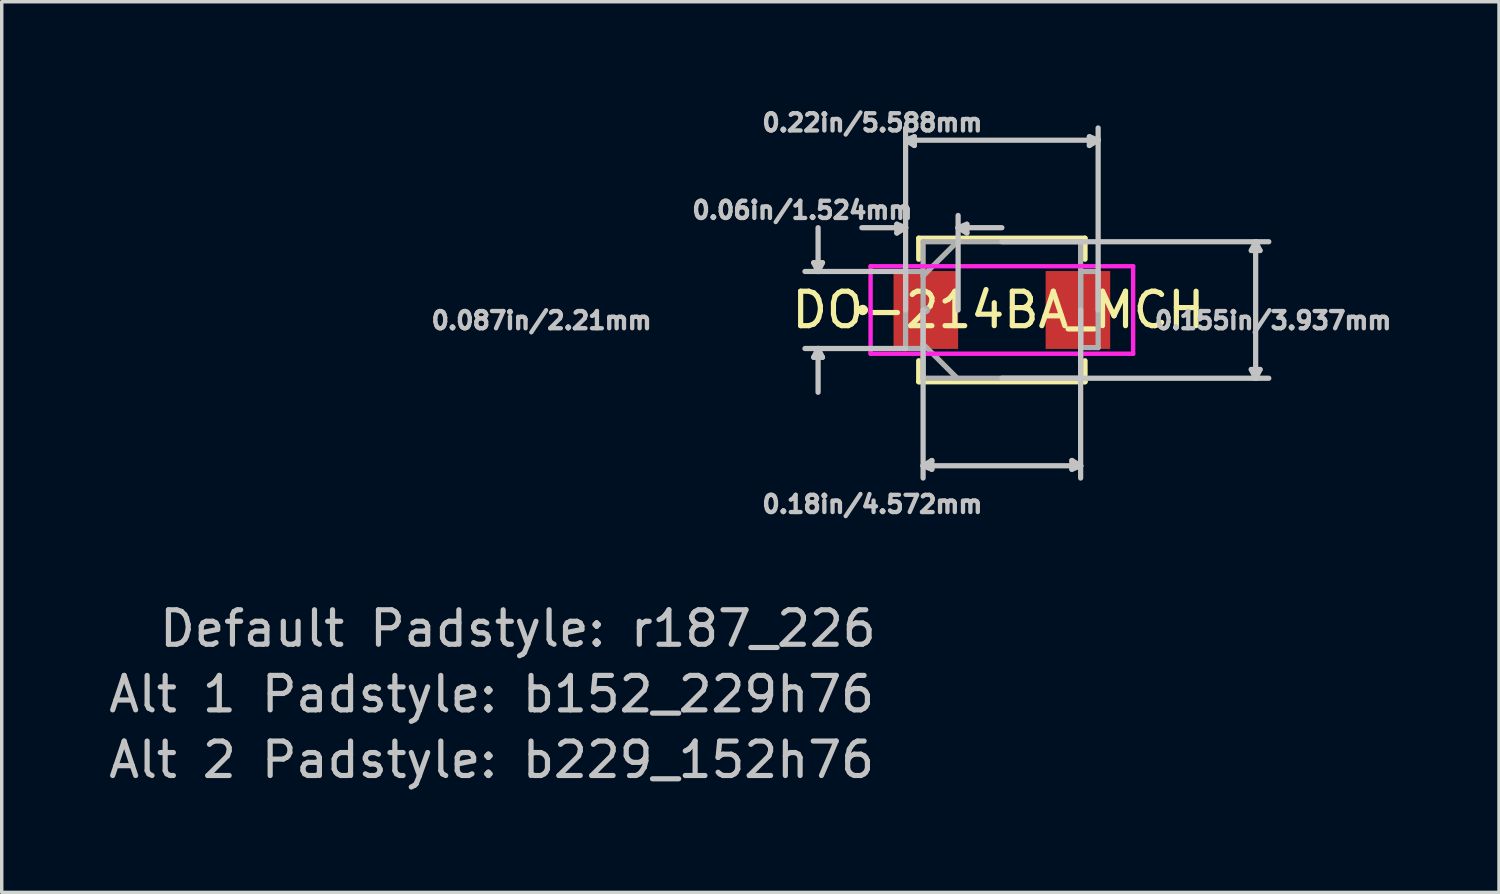
<source format=kicad_pcb>
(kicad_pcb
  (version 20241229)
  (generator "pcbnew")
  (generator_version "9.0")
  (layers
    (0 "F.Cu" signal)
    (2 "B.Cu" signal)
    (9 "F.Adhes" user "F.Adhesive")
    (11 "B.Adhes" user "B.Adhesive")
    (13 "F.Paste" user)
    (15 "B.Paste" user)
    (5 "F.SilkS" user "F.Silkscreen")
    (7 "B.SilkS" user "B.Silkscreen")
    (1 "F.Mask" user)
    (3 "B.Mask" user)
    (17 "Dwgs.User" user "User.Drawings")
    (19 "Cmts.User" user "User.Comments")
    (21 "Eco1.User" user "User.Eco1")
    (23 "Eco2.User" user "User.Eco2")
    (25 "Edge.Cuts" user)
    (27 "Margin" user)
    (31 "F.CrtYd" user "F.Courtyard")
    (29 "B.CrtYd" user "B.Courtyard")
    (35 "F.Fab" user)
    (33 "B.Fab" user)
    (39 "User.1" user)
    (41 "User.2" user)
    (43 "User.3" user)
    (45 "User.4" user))
  (footprint "DO-214BA_MCH"
    (layer "F.Cu")
    (at 26.028 5.947)
    (property "Reference" "DO-214BA_MCH" (at -0.102 0 0) (layer "F.SilkS") (effects (font (size 1 1) (thickness 0.15))))
    (attr smd)
    (fp_line (start -2.413 -2.083) (end -2.413 -1.473) (stroke (width 0.152) (type solid)) (layer "F.SilkS"))
    (fp_line (start -2.413 1.473) (end -2.413 2.083) (stroke (width 0.152) (type solid)) (layer "F.SilkS"))
    (fp_line (start -2.413 2.083) (end 2.413 2.083) (stroke (width 0.152) (type solid)) (layer "F.SilkS"))
    (fp_line (start 2.413 -2.083) (end -2.413 -2.083) (stroke (width 0.152) (type solid)) (layer "F.SilkS"))
    (fp_line (start 2.413 -1.473) (end 2.413 -2.083) (stroke (width 0.152) (type solid)) (layer "F.SilkS"))
    (fp_line (start 2.413 2.083) (end 2.413 1.473) (stroke (width 0.152) (type solid)) (layer "F.SilkS"))
    (fp_arc (start -4.1148 0) (mid -4.0386 -0.0762) (end -3.9624 0) (stroke (width 0.1524) (type solid)) (layer "F.SilkS"))
    (fp_arc (start -3.9624 0) (mid -4.0386 0.0762) (end -4.1148 0) (stroke (width 0.1524) (type solid)) (layer "F.SilkS"))
    (fp_line (start -5.461 -1.372) (end -5.207 -1.372) (stroke (width 0.152) (type solid)) (layer "Dwgs.User"))
    (fp_line (start -5.461 1.372) (end -5.207 1.372) (stroke (width 0.152) (type solid)) (layer "Dwgs.User"))
    (fp_line (start -5.334 -1.118) (end -5.715 -1.118) (stroke (width 0.152) (type solid)) (layer "Dwgs.User"))
    (fp_line (start -5.334 -1.118) (end -5.461 -1.372) (stroke (width 0.152) (type solid)) (layer "Dwgs.User"))
    (fp_line (start -5.334 -1.118) (end -5.334 -2.388) (stroke (width 0.152) (type solid)) (layer "Dwgs.User"))
    (fp_line (start -5.334 -1.118) (end -5.207 -1.372) (stroke (width 0.152) (type solid)) (layer "Dwgs.User"))
    (fp_line (start -5.334 1.118) (end -5.715 1.118) (stroke (width 0.152) (type solid)) (layer "Dwgs.User"))
    (fp_line (start -5.334 1.118) (end -5.461 1.372) (stroke (width 0.152) (type solid)) (layer "Dwgs.User"))
    (fp_line (start -5.334 1.118) (end -5.334 2.388) (stroke (width 0.152) (type solid)) (layer "Dwgs.User"))
    (fp_line (start -5.334 1.118) (end -5.207 1.372) (stroke (width 0.152) (type solid)) (layer "Dwgs.User"))
    (fp_line (start -3.048 -2.489) (end -3.048 -2.235) (stroke (width 0.152) (type solid)) (layer "Dwgs.User"))
    (fp_line (start -2.794 -4.928) (end -2.794 -5.283) (stroke (width 0.152) (type solid)) (layer "Dwgs.User"))
    (fp_line (start -2.794 -4.928) (end -2.54 -5.029) (stroke (width 0.152) (type solid)) (layer "Dwgs.User"))
    (fp_line (start -2.794 -4.928) (end -2.54 -4.775) (stroke (width 0.152) (type solid)) (layer "Dwgs.User"))
    (fp_line (start -2.794 -4.928) (end 2.794 -4.928) (stroke (width 0.152) (type solid)) (layer "Dwgs.User"))
    (fp_line (start -2.794 -2.388) (end -4.064 -2.388) (stroke (width 0.152) (type solid)) (layer "Dwgs.User"))
    (fp_line (start -2.794 -2.388) (end -3.048 -2.489) (stroke (width 0.152) (type solid)) (layer "Dwgs.User"))
    (fp_line (start -2.794 -2.388) (end -3.048 -2.235) (stroke (width 0.152) (type solid)) (layer "Dwgs.User"))
    (fp_line (start -2.794 -2.388) (end -2.794 -4.928) (stroke (width 0.152) (type solid)) (layer "Dwgs.User"))
    (fp_line (start -2.794 -1.118) (end -5.334 -1.118) (stroke (width 0.152) (type solid)) (layer "Dwgs.User"))
    (fp_line (start -2.794 -1.118) (end -2.794 -2.388) (stroke (width 0.152) (type solid)) (layer "Dwgs.User"))
    (fp_line (start -2.794 0) (end -2.794 -1.118) (stroke (width 0.152) (type solid)) (layer "Dwgs.User"))
    (fp_line (start -2.794 1.118) (end -5.334 1.118) (stroke (width 0.152) (type solid)) (layer "Dwgs.User"))
    (fp_line (start -2.54 -5.029) (end -2.54 -4.775) (stroke (width 0.152) (type solid)) (layer "Dwgs.User"))
    (fp_line (start -2.286 0) (end -2.286 4.521) (stroke (width 0.152) (type solid)) (layer "Dwgs.User"))
    (fp_line (start -2.286 4.521) (end -2.286 4.877) (stroke (width 0.152) (type solid)) (layer "Dwgs.User"))
    (fp_line (start -2.286 4.521) (end -2.032 4.369) (stroke (width 0.152) (type solid)) (layer "Dwgs.User"))
    (fp_line (start -2.286 4.521) (end -2.032 4.623) (stroke (width 0.152) (type solid)) (layer "Dwgs.User"))
    (fp_line (start -2.286 4.521) (end 2.286 4.521) (stroke (width 0.152) (type solid)) (layer "Dwgs.User"))
    (fp_line (start -2.032 4.369) (end -2.032 4.623) (stroke (width 0.152) (type solid)) (layer "Dwgs.User"))
    (fp_line (start -1.27 -2.388) (end -1.27 -2.743) (stroke (width 0.152) (type solid)) (layer "Dwgs.User"))
    (fp_line (start -1.27 -2.388) (end -1.016 -2.489) (stroke (width 0.152) (type solid)) (layer "Dwgs.User"))
    (fp_line (start -1.27 -2.388) (end -1.016 -2.235) (stroke (width 0.152) (type solid)) (layer "Dwgs.User"))
    (fp_line (start -1.27 -2.388) (end 0 -2.388) (stroke (width 0.152) (type solid)) (layer "Dwgs.User"))
    (fp_line (start -1.27 0) (end -1.27 -2.388) (stroke (width 0.152) (type solid)) (layer "Dwgs.User"))
    (fp_line (start -1.016 -2.489) (end -1.016 -2.235) (stroke (width 0.152) (type solid)) (layer "Dwgs.User"))
    (fp_line (start 0 -1.981) (end 7.366 -1.981) (stroke (width 0.152) (type solid)) (layer "Dwgs.User"))
    (fp_line (start 0 1.981) (end 7.366 1.981) (stroke (width 0.152) (type solid)) (layer "Dwgs.User"))
    (fp_line (start 2.032 4.369) (end 2.032 4.623) (stroke (width 0.152) (type solid)) (layer "Dwgs.User"))
    (fp_line (start 2.286 0) (end 2.286 4.521) (stroke (width 0.152) (type solid)) (layer "Dwgs.User"))
    (fp_line (start 2.286 4.521) (end 2.032 4.369) (stroke (width 0.152) (type solid)) (layer "Dwgs.User"))
    (fp_line (start 2.286 4.521) (end 2.032 4.623) (stroke (width 0.152) (type solid)) (layer "Dwgs.User"))
    (fp_line (start 2.286 4.521) (end 2.286 4.877) (stroke (width 0.152) (type solid)) (layer "Dwgs.User"))
    (fp_line (start 2.54 -5.029) (end 2.54 -4.775) (stroke (width 0.152) (type solid)) (layer "Dwgs.User"))
    (fp_line (start 2.794 -4.928) (end 2.54 -5.029) (stroke (width 0.152) (type solid)) (layer "Dwgs.User"))
    (fp_line (start 2.794 -4.928) (end 2.54 -4.775) (stroke (width 0.152) (type solid)) (layer "Dwgs.User"))
    (fp_line (start 2.794 -4.928) (end 2.794 -5.283) (stroke (width 0.152) (type solid)) (layer "Dwgs.User"))
    (fp_line (start 2.794 0) (end 2.794 -4.928) (stroke (width 0.152) (type solid)) (layer "Dwgs.User"))
    (fp_line (start 7.239 -1.727) (end 7.493 -1.727) (stroke (width 0.152) (type solid)) (layer "Dwgs.User"))
    (fp_line (start 7.239 1.727) (end 7.493 1.727) (stroke (width 0.152) (type solid)) (layer "Dwgs.User"))
    (fp_line (start 7.366 -1.981) (end 7.239 -1.727) (stroke (width 0.152) (type solid)) (layer "Dwgs.User"))
    (fp_line (start 7.366 -1.981) (end 7.366 1.981) (stroke (width 0.152) (type solid)) (layer "Dwgs.User"))
    (fp_line (start 7.366 -1.981) (end 7.493 -1.727) (stroke (width 0.152) (type solid)) (layer "Dwgs.User"))
    (fp_line (start 7.366 -1.981) (end 7.747 -1.981) (stroke (width 0.152) (type solid)) (layer "Dwgs.User"))
    (fp_line (start 7.366 1.981) (end 7.239 1.727) (stroke (width 0.152) (type solid)) (layer "Dwgs.User"))
    (fp_line (start 7.366 1.981) (end 7.493 1.727) (stroke (width 0.152) (type solid)) (layer "Dwgs.User"))
    (fp_line (start 7.366 1.981) (end 7.747 1.981) (stroke (width 0.152) (type solid)) (layer "Dwgs.User"))
    (fp_line (start -3.81 -1.27) (end -3.81 1.27) (stroke (width 0.127) (type solid)) (layer "F.CrtYd"))
    (fp_line (start -3.81 1.27) (end 3.81 1.27) (stroke (width 0.127) (type solid)) (layer "F.CrtYd"))
    (fp_line (start 3.81 -1.27) (end -3.81 -1.27) (stroke (width 0.127) (type solid)) (layer "F.CrtYd"))
    (fp_line (start 3.81 1.27) (end 3.81 -1.27) (stroke (width 0.127) (type solid)) (layer "F.CrtYd"))
    (fp_line (start -2.794 -1.118) (end -2.794 1.118) (stroke (width 0.152) (type solid)) (layer "F.Fab"))
    (fp_line (start -2.794 1.118) (end -2.286 1.118) (stroke (width 0.152) (type solid)) (layer "F.Fab"))
    (fp_line (start -2.286 -1.981) (end -2.286 -1.118) (stroke (width 0.152) (type solid)) (layer "F.Fab"))
    (fp_line (start -2.286 -1.118) (end -2.794 -1.118) (stroke (width 0.152) (type solid)) (layer "F.Fab"))
    (fp_line (start -2.286 -0.991) (end -2.286 -1.118) (stroke (width 0.152) (type solid)) (layer "F.Fab"))
    (fp_line (start -2.286 -0.991) (end -1.295 -1.981) (stroke (width 0.152) (type solid)) (layer "F.Fab"))
    (fp_line (start -2.286 0) (end -2.286 -0.991) (stroke (width 0.152) (type solid)) (layer "F.Fab"))
    (fp_line (start -2.286 0.991) (end -2.286 0) (stroke (width 0.152) (type solid)) (layer "F.Fab"))
    (fp_line (start -2.286 0.991) (end -1.295 1.981) (stroke (width 0.152) (type solid)) (layer "F.Fab"))
    (fp_line (start -2.286 1.118) (end -2.286 0.991) (stroke (width 0.152) (type solid)) (layer "F.Fab"))
    (fp_line (start -2.286 1.118) (end -2.286 1.981) (stroke (width 0.152) (type solid)) (layer "F.Fab"))
    (fp_line (start -2.286 1.981) (end 2.286 1.981) (stroke (width 0.152) (type solid)) (layer "F.Fab"))
    (fp_line (start 2.286 -1.981) (end -2.286 -1.981) (stroke (width 0.152) (type solid)) (layer "F.Fab"))
    (fp_line (start 2.286 -1.118) (end 2.286 1.092) (stroke (width 0.152) (type solid)) (layer "F.Fab"))
    (fp_line (start 2.286 1.092) (end 2.794 1.092) (stroke (width 0.152) (type solid)) (layer "F.Fab"))
    (fp_line (start 2.286 1.981) (end 2.286 -1.981) (stroke (width 0.152) (type solid)) (layer "F.Fab"))
    (fp_line (start 2.794 -1.118) (end 2.286 -1.118) (stroke (width 0.152) (type solid)) (layer "F.Fab"))
    (fp_line (start 2.794 1.092) (end 2.794 -1.118) (stroke (width 0.152) (type solid)) (layer "F.Fab"))
    (fp_arc (start -2.286 0) (mid -2.2098 -0.0762) (end -2.1336 0) (stroke (width 0.1) (type solid)) (layer "F.Fab"))
    (fp_arc (start -2.1336 0) (mid -2.2098 0.0762) (end -2.286 0) (stroke (width 0.1) (type solid)) (layer "F.Fab"))
    (fp_text user "Alt 2 Padstyle: b229_152h76" (at -14.808 13.056 0) (layer "Dwgs.User") (effects (font (size 1 1) (thickness 0.15))))
    (fp_text user "0.087in/2.21mm" (at -13.36 0.305 0) (layer "Dwgs.User") (effects (font (size 0.5 0.5) (thickness 0.15))))
    (fp_text user "Default Padstyle: r187_226" (at -14.046 9.246 0) (layer "Dwgs.User") (effects (font (size 1 1) (thickness 0.15))))
    (fp_text user "0.22in/5.588mm" (at -3.759 -5.436 0) (layer "Dwgs.User") (effects (font (size 0.5 0.5) (thickness 0.15))))
    (fp_text user "0.06in/1.524mm" (at -5.791 -2.896 0) (layer "Dwgs.User") (effects (font (size 0.5 0.5) (thickness 0.15))))
    (fp_text user "0.18in/4.572mm" (at -3.759 5.639 0) (layer "Dwgs.User") (effects (font (size 0.5 0.5) (thickness 0.15))))
    (fp_text user "Alt 1 Padstyle: b152_229h76" (at -14.808 11.151 0) (layer "Dwgs.User") (effects (font (size 1 1) (thickness 0.15))))
    (fp_text user "0.155in/3.937mm" (at 7.874 0.305 0) (layer "Dwgs.User") (effects (font (size 0.5 0.5) (thickness 0.15))))
    (pad "1" smd rect (at -2.207 0) (size 1.874 2.26) (layers "F.Cu" "F.Mask" "F.Paste"))
    (pad "2" smd rect (at 2.207 0) (size 1.874 2.26) (layers "F.Cu" "F.Mask" "F.Paste")))
  (gr_rect
    (start -3 -3)
    (end 40.457 22.851)
    (stroke (width 0.1) (type default))
    (fill no)
    (layer "Edge.Cuts")))
</source>
